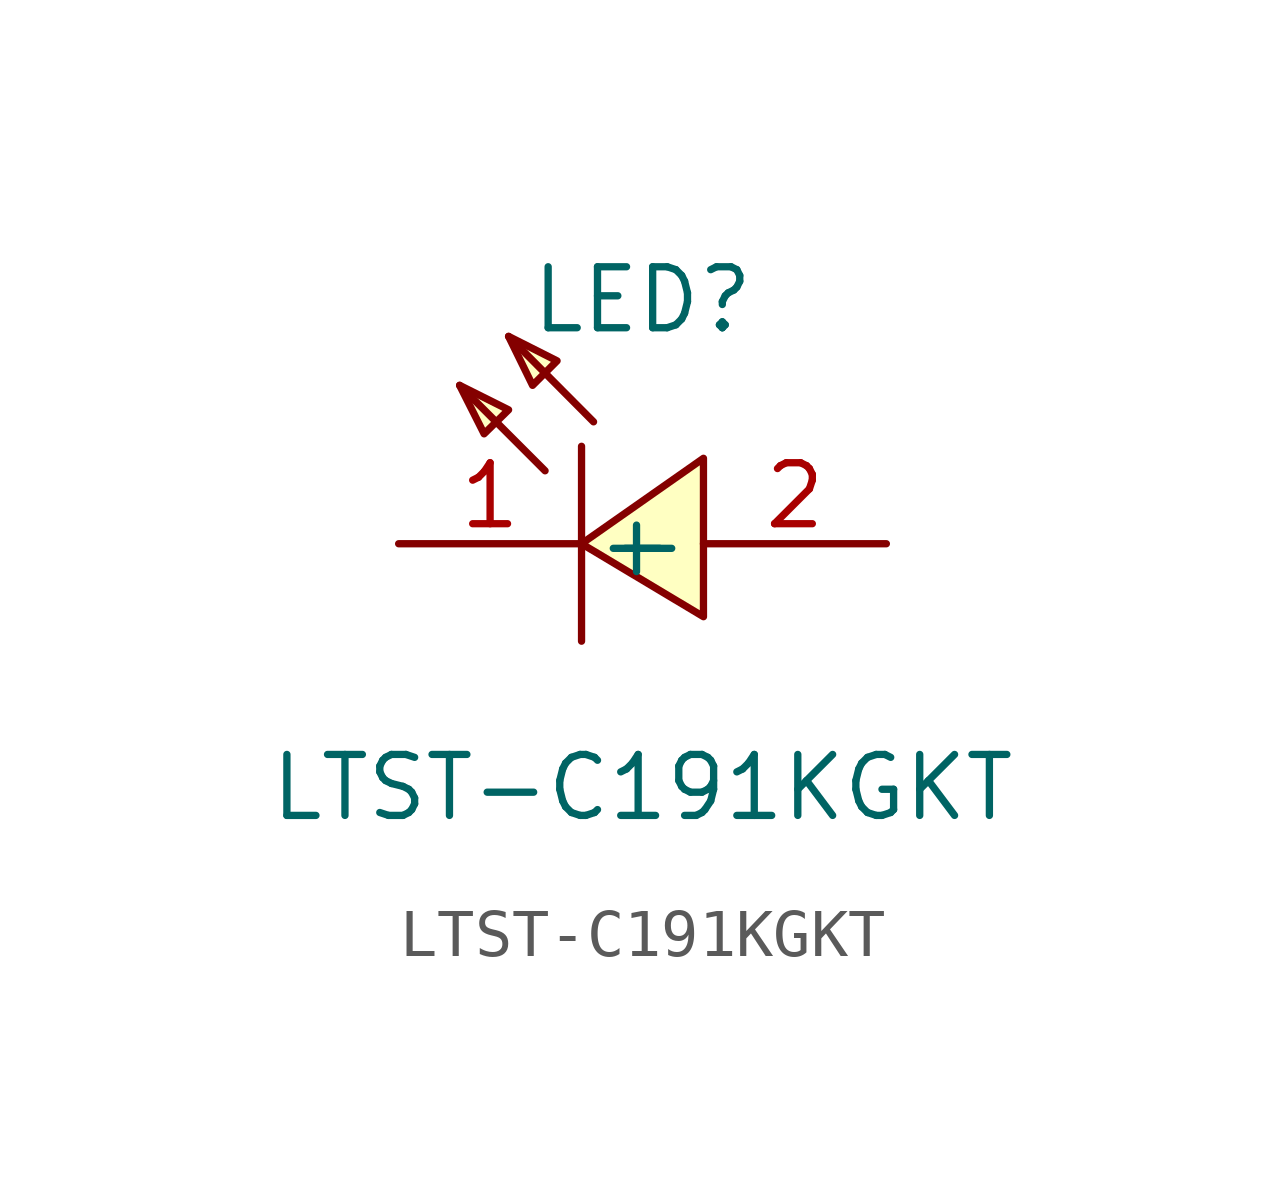
<source format=kicad_sym>
(kicad_symbol_lib
  (version 1)
  (generator "faebryk")
  (symbol "LTST-C191KGKT"
    (property "Reference" "LED"
      (at 0 5.08 0)
      (effects (font (size 1.27 1.27)) (hide no)))
    (property "Value" "LTST-C191KGKT"
      (at 0 -5.08 0)
      (effects (font (size 1.27 1.27)) (hide no)))
    (symbol "LTST-C191KGKT_0_1"
      (polyline (stroke (width 0) (type default) (color 0 0 0 0)) (fill (type background)) (pts (xy -3.81 3.3) (xy -2.79 2.79) (xy -3.3 2.29) (xy -3.81 3.3)))
      (polyline (stroke (width 0) (type default) (color 0 0 0 0)) (fill (type background)) (pts (xy -2.79 4.32) (xy -1.78 3.81) (xy -2.29 3.3) (xy -2.79 4.32)))
      (polyline (stroke (width 0) (type default) (color 0 0 0 0)) (fill (type background)) (pts (xy 1.27 -1.52) (xy -1.27 0) (xy 1.27 1.78) (xy 1.27 -1.52)))
      (polyline (stroke (width 0) (type default) (color 0 0 0 0)) (fill (type none)) (pts (xy -2.03 1.52) (xy -3.81 3.3)))
      (polyline (stroke (width 0) (type default) (color 0 0 0 0)) (fill (type none)) (pts (xy -1.02 2.54) (xy -2.79 4.32)))
      (polyline (stroke (width 0) (type default) (color 0 0 0 0)) (fill (type none)) (pts (xy -1.27 2.03) (xy -1.27 -2.03)))
      (pin unspecified line (at -5.08 0 0) (length 3.81) (name "-" (effects (font (size 1.27 1.27)) (hide no))) (number "1" (effects (font (size 1.27 1.27)) (hide no))))
      (pin unspecified line (at 5.08 0 180) (length 3.81) (name "+" (effects (font (size 1.27 1.27)) (hide no))) (number "2" (effects (font (size 1.27 1.27)) (hide no)))))))
</source>
